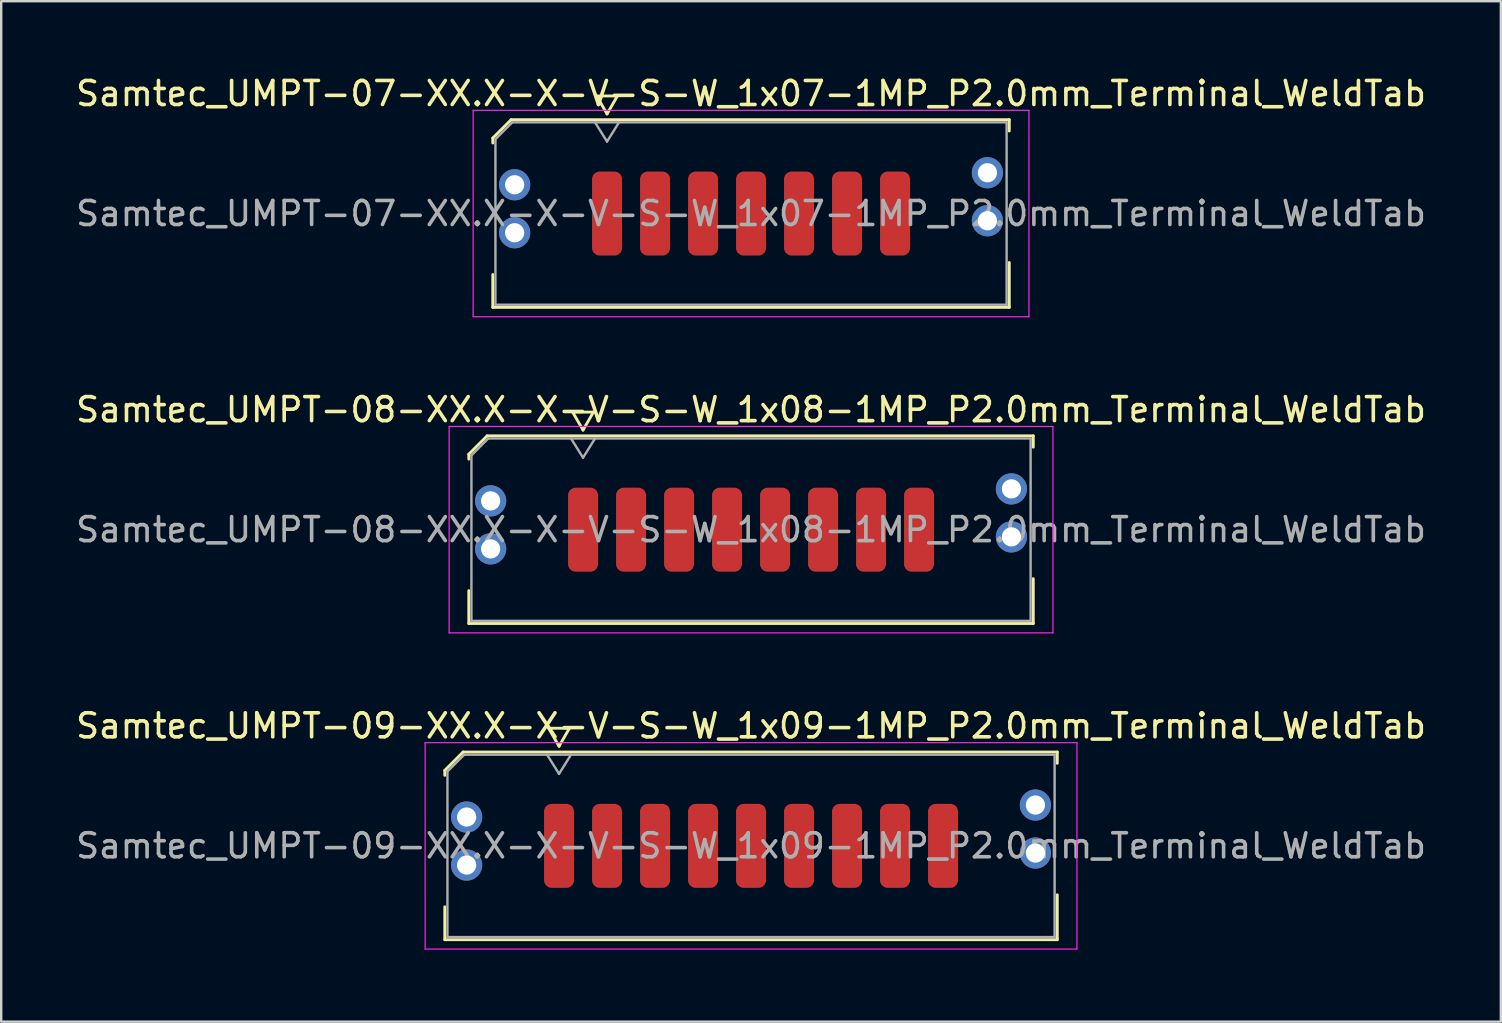
<source format=kicad_pcb>
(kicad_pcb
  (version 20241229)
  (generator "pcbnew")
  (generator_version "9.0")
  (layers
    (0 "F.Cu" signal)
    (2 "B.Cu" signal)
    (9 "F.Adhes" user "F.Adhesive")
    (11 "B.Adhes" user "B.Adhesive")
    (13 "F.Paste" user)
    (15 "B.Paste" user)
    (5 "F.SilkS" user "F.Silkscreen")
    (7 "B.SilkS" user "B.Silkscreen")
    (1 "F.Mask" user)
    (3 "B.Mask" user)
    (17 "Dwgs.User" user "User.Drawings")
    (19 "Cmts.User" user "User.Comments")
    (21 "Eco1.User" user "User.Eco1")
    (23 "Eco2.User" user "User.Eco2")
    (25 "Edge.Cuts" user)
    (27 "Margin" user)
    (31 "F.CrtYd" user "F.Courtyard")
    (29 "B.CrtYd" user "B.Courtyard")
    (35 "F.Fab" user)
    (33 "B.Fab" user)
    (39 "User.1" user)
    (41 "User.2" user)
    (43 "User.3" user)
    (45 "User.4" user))
  (footprint "Samtec_UMPT-07-XX.X-X-V-S-W_1x07-1MP_P2.0mm_Terminal_WeldTab"
    (layer "F.Cu")
    (at 28.244 5.848)
    (property "Reference" "Samtec_UMPT-07-XX.X-X-V-S-W_1x07-1MP_P2.0mm_Terminal_WeldTab" (at 0 -5 0) (layer "F.SilkS") (effects (font (size 1 1) (thickness 0.15))))
    (attr smd)
    (fp_line (start -10.76 -3.146) (end -9.996 -3.91) (stroke (width 0.12) (type solid)) (layer "F.SilkS"))
    (fp_line (start -10.76 -2.94) (end -10.76 -3.146) (stroke (width 0.12) (type solid)) (layer "F.SilkS"))
    (fp_line (start -10.76 3.91) (end -10.76 2.54) (stroke (width 0.12) (type solid)) (layer "F.SilkS"))
    (fp_line (start -9.996 -3.91) (end 10.76 -3.91) (stroke (width 0.12) (type solid)) (layer "F.SilkS"))
    (fp_line (start -6.433 -4.9) (end -6 -4.15) (stroke (width 0.12) (type solid)) (layer "F.SilkS"))
    (fp_line (start -6 -4.15) (end -5.567 -4.9) (stroke (width 0.12) (type solid)) (layer "F.SilkS"))
    (fp_line (start -5.567 -4.9) (end -6.433 -4.9) (stroke (width 0.12) (type solid)) (layer "F.SilkS"))
    (fp_line (start 10.76 -3.91) (end 10.76 -3.44) (stroke (width 0.12) (type solid)) (layer "F.SilkS"))
    (fp_line (start 10.76 2.04) (end 10.76 3.91) (stroke (width 0.12) (type solid)) (layer "F.SilkS"))
    (fp_line (start 10.76 3.91) (end -10.76 3.91) (stroke (width 0.12) (type solid)) (layer "F.SilkS"))
    (fp_line (start -11.58 -4.3) (end -11.58 4.3) (stroke (width 0.05) (type solid)) (layer "F.CrtYd"))
    (fp_line (start -11.58 4.3) (end 11.58 4.3) (stroke (width 0.05) (type solid)) (layer "F.CrtYd"))
    (fp_line (start 11.58 -4.3) (end -11.58 -4.3) (stroke (width 0.05) (type solid)) (layer "F.CrtYd"))
    (fp_line (start 11.58 4.3) (end 11.58 -4.3) (stroke (width 0.05) (type solid)) (layer "F.CrtYd"))
    (fp_line (start -10.65 -3.1) (end -9.95 -3.8) (stroke (width 0.1) (type solid)) (layer "F.Fab"))
    (fp_line (start -10.65 3.8) (end -10.65 -3.1) (stroke (width 0.1) (type solid)) (layer "F.Fab"))
    (fp_line (start -9.95 -3.8) (end 10.65 -3.8) (stroke (width 0.1) (type solid)) (layer "F.Fab"))
    (fp_line (start -6.5 -3.8) (end -6 -3) (stroke (width 0.1) (type solid)) (layer "F.Fab"))
    (fp_line (start -6 -3) (end -5.5 -3.8) (stroke (width 0.1) (type solid)) (layer "F.Fab"))
    (fp_line (start 10.65 -3.8) (end 10.65 3.8) (stroke (width 0.1) (type solid)) (layer "F.Fab"))
    (fp_line (start 10.65 3.8) (end -10.65 3.8) (stroke (width 0.1) (type solid)) (layer "F.Fab"))
    (fp_text user "${REFERENCE}" (at 0 0 0) (layer "F.Fab") (effects (font (size 1 1) (thickness 0.15))))
    (pad "" smd rect (at -9.85 -1.54) (size 2.45 2.28) (layers "F.Paste"))
    (pad "" smd rect (at -9.85 1.14) (size 2.45 2.28) (layers "F.Paste"))
    (pad "" smd rect (at 9.85 -2.04) (size 2.45 2.28) (layers "F.Paste"))
    (pad "" smd rect (at 9.85 0.64) (size 2.45 2.28) (layers "F.Paste"))
    (pad "1" smd roundrect (at -6 0) (size 1.25 3.5) (layers "F.Cu" "F.Mask" "F.Paste") (roundrect_rratio 0.25))
    (pad "2" smd roundrect (at -4 0) (size 1.25 3.5) (layers "F.Cu" "F.Mask" "F.Paste") (roundrect_rratio 0.25))
    (pad "3" smd roundrect (at -2 0) (size 1.25 3.5) (layers "F.Cu" "F.Mask" "F.Paste") (roundrect_rratio 0.25))
    (pad "4" smd roundrect (at 0 0) (size 1.25 3.5) (layers "F.Cu" "F.Mask" "F.Paste") (roundrect_rratio 0.25))
    (pad "5" smd roundrect (at 2 0) (size 1.25 3.5) (layers "F.Cu" "F.Mask" "F.Paste") (roundrect_rratio 0.25))
    (pad "6" smd roundrect (at 4 0) (size 1.25 3.5) (layers "F.Cu" "F.Mask" "F.Paste") (roundrect_rratio 0.25))
    (pad "7" smd roundrect (at 6 0) (size 1.25 3.5) (layers "F.Cu" "F.Mask" "F.Paste") (roundrect_rratio 0.25))
    (pad "MP" thru_hole circle (at -9.85 -1.2) (size 1.3 1.3) (drill 0.8) (layers "*.Cu" "*.Mask"))
    (pad "MP" thru_hole circle (at -9.85 0.8) (size 1.3 1.3) (drill 0.8) (layers "*.Cu" "*.Mask"))
    (pad "MP" thru_hole circle (at 9.85 -1.7) (size 1.3 1.3) (drill 0.8) (layers "*.Cu" "*.Mask"))
    (pad "MP" thru_hole circle (at 9.85 0.3) (size 1.3 1.3) (drill 0.8) (layers "*.Cu" "*.Mask")))
  (footprint "Samtec_UMPT-08-XX.X-X-V-S-W_1x08-1MP_P2.0mm_Terminal_WeldTab"
    (layer "F.Cu")
    (at 28.244 19.021)
    (property "Reference" "Samtec_UMPT-08-XX.X-X-V-S-W_1x08-1MP_P2.0mm_Terminal_WeldTab" (at 0 -5 0) (layer "F.SilkS") (effects (font (size 1 1) (thickness 0.15))))
    (attr smd)
    (fp_line (start -11.76 -3.146) (end -10.996 -3.91) (stroke (width 0.12) (type solid)) (layer "F.SilkS"))
    (fp_line (start -11.76 -2.94) (end -11.76 -3.146) (stroke (width 0.12) (type solid)) (layer "F.SilkS"))
    (fp_line (start -11.76 3.91) (end -11.76 2.54) (stroke (width 0.12) (type solid)) (layer "F.SilkS"))
    (fp_line (start -10.996 -3.91) (end 11.76 -3.91) (stroke (width 0.12) (type solid)) (layer "F.SilkS"))
    (fp_line (start -7.433 -4.9) (end -7 -4.15) (stroke (width 0.12) (type solid)) (layer "F.SilkS"))
    (fp_line (start -7 -4.15) (end -6.567 -4.9) (stroke (width 0.12) (type solid)) (layer "F.SilkS"))
    (fp_line (start -6.567 -4.9) (end -7.433 -4.9) (stroke (width 0.12) (type solid)) (layer "F.SilkS"))
    (fp_line (start 11.76 -3.91) (end 11.76 -3.44) (stroke (width 0.12) (type solid)) (layer "F.SilkS"))
    (fp_line (start 11.76 2.04) (end 11.76 3.91) (stroke (width 0.12) (type solid)) (layer "F.SilkS"))
    (fp_line (start 11.76 3.91) (end -11.76 3.91) (stroke (width 0.12) (type solid)) (layer "F.SilkS"))
    (fp_line (start -12.58 -4.3) (end -12.58 4.3) (stroke (width 0.05) (type solid)) (layer "F.CrtYd"))
    (fp_line (start -12.58 4.3) (end 12.58 4.3) (stroke (width 0.05) (type solid)) (layer "F.CrtYd"))
    (fp_line (start 12.58 -4.3) (end -12.58 -4.3) (stroke (width 0.05) (type solid)) (layer "F.CrtYd"))
    (fp_line (start 12.58 4.3) (end 12.58 -4.3) (stroke (width 0.05) (type solid)) (layer "F.CrtYd"))
    (fp_line (start -11.65 -3.1) (end -10.95 -3.8) (stroke (width 0.1) (type solid)) (layer "F.Fab"))
    (fp_line (start -11.65 3.8) (end -11.65 -3.1) (stroke (width 0.1) (type solid)) (layer "F.Fab"))
    (fp_line (start -10.95 -3.8) (end 11.65 -3.8) (stroke (width 0.1) (type solid)) (layer "F.Fab"))
    (fp_line (start -7.5 -3.8) (end -7 -3) (stroke (width 0.1) (type solid)) (layer "F.Fab"))
    (fp_line (start -7 -3) (end -6.5 -3.8) (stroke (width 0.1) (type solid)) (layer "F.Fab"))
    (fp_line (start 11.65 -3.8) (end 11.65 3.8) (stroke (width 0.1) (type solid)) (layer "F.Fab"))
    (fp_line (start 11.65 3.8) (end -11.65 3.8) (stroke (width 0.1) (type solid)) (layer "F.Fab"))
    (fp_text user "${REFERENCE}" (at 0 0 0) (layer "F.Fab") (effects (font (size 1 1) (thickness 0.15))))
    (pad "" smd rect (at -10.85 -1.54) (size 2.45 2.28) (layers "F.Paste"))
    (pad "" smd rect (at -10.85 1.14) (size 2.45 2.28) (layers "F.Paste"))
    (pad "" smd rect (at 10.85 -2.04) (size 2.45 2.28) (layers "F.Paste"))
    (pad "" smd rect (at 10.85 0.64) (size 2.45 2.28) (layers "F.Paste"))
    (pad "1" smd roundrect (at -7 0) (size 1.25 3.5) (layers "F.Cu" "F.Mask" "F.Paste") (roundrect_rratio 0.25))
    (pad "2" smd roundrect (at -5 0) (size 1.25 3.5) (layers "F.Cu" "F.Mask" "F.Paste") (roundrect_rratio 0.25))
    (pad "3" smd roundrect (at -3 0) (size 1.25 3.5) (layers "F.Cu" "F.Mask" "F.Paste") (roundrect_rratio 0.25))
    (pad "4" smd roundrect (at -1 0) (size 1.25 3.5) (layers "F.Cu" "F.Mask" "F.Paste") (roundrect_rratio 0.25))
    (pad "5" smd roundrect (at 1 0) (size 1.25 3.5) (layers "F.Cu" "F.Mask" "F.Paste") (roundrect_rratio 0.25))
    (pad "6" smd roundrect (at 3 0) (size 1.25 3.5) (layers "F.Cu" "F.Mask" "F.Paste") (roundrect_rratio 0.25))
    (pad "7" smd roundrect (at 5 0) (size 1.25 3.5) (layers "F.Cu" "F.Mask" "F.Paste") (roundrect_rratio 0.25))
    (pad "8" smd roundrect (at 7 0) (size 1.25 3.5) (layers "F.Cu" "F.Mask" "F.Paste") (roundrect_rratio 0.25))
    (pad "MP" thru_hole circle (at -10.85 -1.2) (size 1.3 1.3) (drill 0.8) (layers "*.Cu" "*.Mask"))
    (pad "MP" thru_hole circle (at -10.85 0.8) (size 1.3 1.3) (drill 0.8) (layers "*.Cu" "*.Mask"))
    (pad "MP" thru_hole circle (at 10.85 -1.7) (size 1.3 1.3) (drill 0.8) (layers "*.Cu" "*.Mask"))
    (pad "MP" thru_hole circle (at 10.85 0.3) (size 1.3 1.3) (drill 0.8) (layers "*.Cu" "*.Mask")))
  (footprint "Samtec_UMPT-09-XX.X-X-V-S-W_1x09-1MP_P2.0mm_Terminal_WeldTab"
    (layer "F.Cu")
    (at 28.244 32.195)
    (property "Reference" "Samtec_UMPT-09-XX.X-X-V-S-W_1x09-1MP_P2.0mm_Terminal_WeldTab" (at 0 -5 0) (layer "F.SilkS") (effects (font (size 1 1) (thickness 0.15))))
    (attr smd)
    (fp_line (start -12.76 -3.146) (end -11.996 -3.91) (stroke (width 0.12) (type solid)) (layer "F.SilkS"))
    (fp_line (start -12.76 -2.94) (end -12.76 -3.146) (stroke (width 0.12) (type solid)) (layer "F.SilkS"))
    (fp_line (start -12.76 3.91) (end -12.76 2.54) (stroke (width 0.12) (type solid)) (layer "F.SilkS"))
    (fp_line (start -11.996 -3.91) (end 12.76 -3.91) (stroke (width 0.12) (type solid)) (layer "F.SilkS"))
    (fp_line (start -8.433 -4.9) (end -8 -4.15) (stroke (width 0.12) (type solid)) (layer "F.SilkS"))
    (fp_line (start -8 -4.15) (end -7.567 -4.9) (stroke (width 0.12) (type solid)) (layer "F.SilkS"))
    (fp_line (start -7.567 -4.9) (end -8.433 -4.9) (stroke (width 0.12) (type solid)) (layer "F.SilkS"))
    (fp_line (start 12.76 -3.91) (end 12.76 -3.44) (stroke (width 0.12) (type solid)) (layer "F.SilkS"))
    (fp_line (start 12.76 2.04) (end 12.76 3.91) (stroke (width 0.12) (type solid)) (layer "F.SilkS"))
    (fp_line (start 12.76 3.91) (end -12.76 3.91) (stroke (width 0.12) (type solid)) (layer "F.SilkS"))
    (fp_line (start -13.58 -4.3) (end -13.58 4.3) (stroke (width 0.05) (type solid)) (layer "F.CrtYd"))
    (fp_line (start -13.58 4.3) (end 13.58 4.3) (stroke (width 0.05) (type solid)) (layer "F.CrtYd"))
    (fp_line (start 13.58 -4.3) (end -13.58 -4.3) (stroke (width 0.05) (type solid)) (layer "F.CrtYd"))
    (fp_line (start 13.58 4.3) (end 13.58 -4.3) (stroke (width 0.05) (type solid)) (layer "F.CrtYd"))
    (fp_line (start -12.65 -3.1) (end -11.95 -3.8) (stroke (width 0.1) (type solid)) (layer "F.Fab"))
    (fp_line (start -12.65 3.8) (end -12.65 -3.1) (stroke (width 0.1) (type solid)) (layer "F.Fab"))
    (fp_line (start -11.95 -3.8) (end 12.65 -3.8) (stroke (width 0.1) (type solid)) (layer "F.Fab"))
    (fp_line (start -8.5 -3.8) (end -8 -3) (stroke (width 0.1) (type solid)) (layer "F.Fab"))
    (fp_line (start -8 -3) (end -7.5 -3.8) (stroke (width 0.1) (type solid)) (layer "F.Fab"))
    (fp_line (start 12.65 -3.8) (end 12.65 3.8) (stroke (width 0.1) (type solid)) (layer "F.Fab"))
    (fp_line (start 12.65 3.8) (end -12.65 3.8) (stroke (width 0.1) (type solid)) (layer "F.Fab"))
    (fp_text user "${REFERENCE}" (at 0 0 0) (layer "F.Fab") (effects (font (size 1 1) (thickness 0.15))))
    (pad "" smd rect (at -11.85 -1.54) (size 2.45 2.28) (layers "F.Paste"))
    (pad "" smd rect (at -11.85 1.14) (size 2.45 2.28) (layers "F.Paste"))
    (pad "" smd rect (at 11.85 -2.04) (size 2.45 2.28) (layers "F.Paste"))
    (pad "" smd rect (at 11.85 0.64) (size 2.45 2.28) (layers "F.Paste"))
    (pad "1" smd roundrect (at -8 0) (size 1.25 3.5) (layers "F.Cu" "F.Mask" "F.Paste") (roundrect_rratio 0.25))
    (pad "2" smd roundrect (at -6 0) (size 1.25 3.5) (layers "F.Cu" "F.Mask" "F.Paste") (roundrect_rratio 0.25))
    (pad "3" smd roundrect (at -4 0) (size 1.25 3.5) (layers "F.Cu" "F.Mask" "F.Paste") (roundrect_rratio 0.25))
    (pad "4" smd roundrect (at -2 0) (size 1.25 3.5) (layers "F.Cu" "F.Mask" "F.Paste") (roundrect_rratio 0.25))
    (pad "5" smd roundrect (at 0 0) (size 1.25 3.5) (layers "F.Cu" "F.Mask" "F.Paste") (roundrect_rratio 0.25))
    (pad "6" smd roundrect (at 2 0) (size 1.25 3.5) (layers "F.Cu" "F.Mask" "F.Paste") (roundrect_rratio 0.25))
    (pad "7" smd roundrect (at 4 0) (size 1.25 3.5) (layers "F.Cu" "F.Mask" "F.Paste") (roundrect_rratio 0.25))
    (pad "8" smd roundrect (at 6 0) (size 1.25 3.5) (layers "F.Cu" "F.Mask" "F.Paste") (roundrect_rratio 0.25))
    (pad "9" smd roundrect (at 8 0) (size 1.25 3.5) (layers "F.Cu" "F.Mask" "F.Paste") (roundrect_rratio 0.25))
    (pad "MP" thru_hole circle (at -11.85 -1.2) (size 1.3 1.3) (drill 0.8) (layers "*.Cu" "*.Mask"))
    (pad "MP" thru_hole circle (at -11.85 0.8) (size 1.3 1.3) (drill 0.8) (layers "*.Cu" "*.Mask"))
    (pad "MP" thru_hole circle (at 11.85 -1.7) (size 1.3 1.3) (drill 0.8) (layers "*.Cu" "*.Mask"))
    (pad "MP" thru_hole circle (at 11.85 0.3) (size 1.3 1.3) (drill 0.8) (layers "*.Cu" "*.Mask")))
  (gr_rect
    (start -3 -3)
    (end 59.488 39.52)
    (stroke (width 0.1) (type default))
    (fill no)
    (layer "Edge.Cuts")))
</source>
